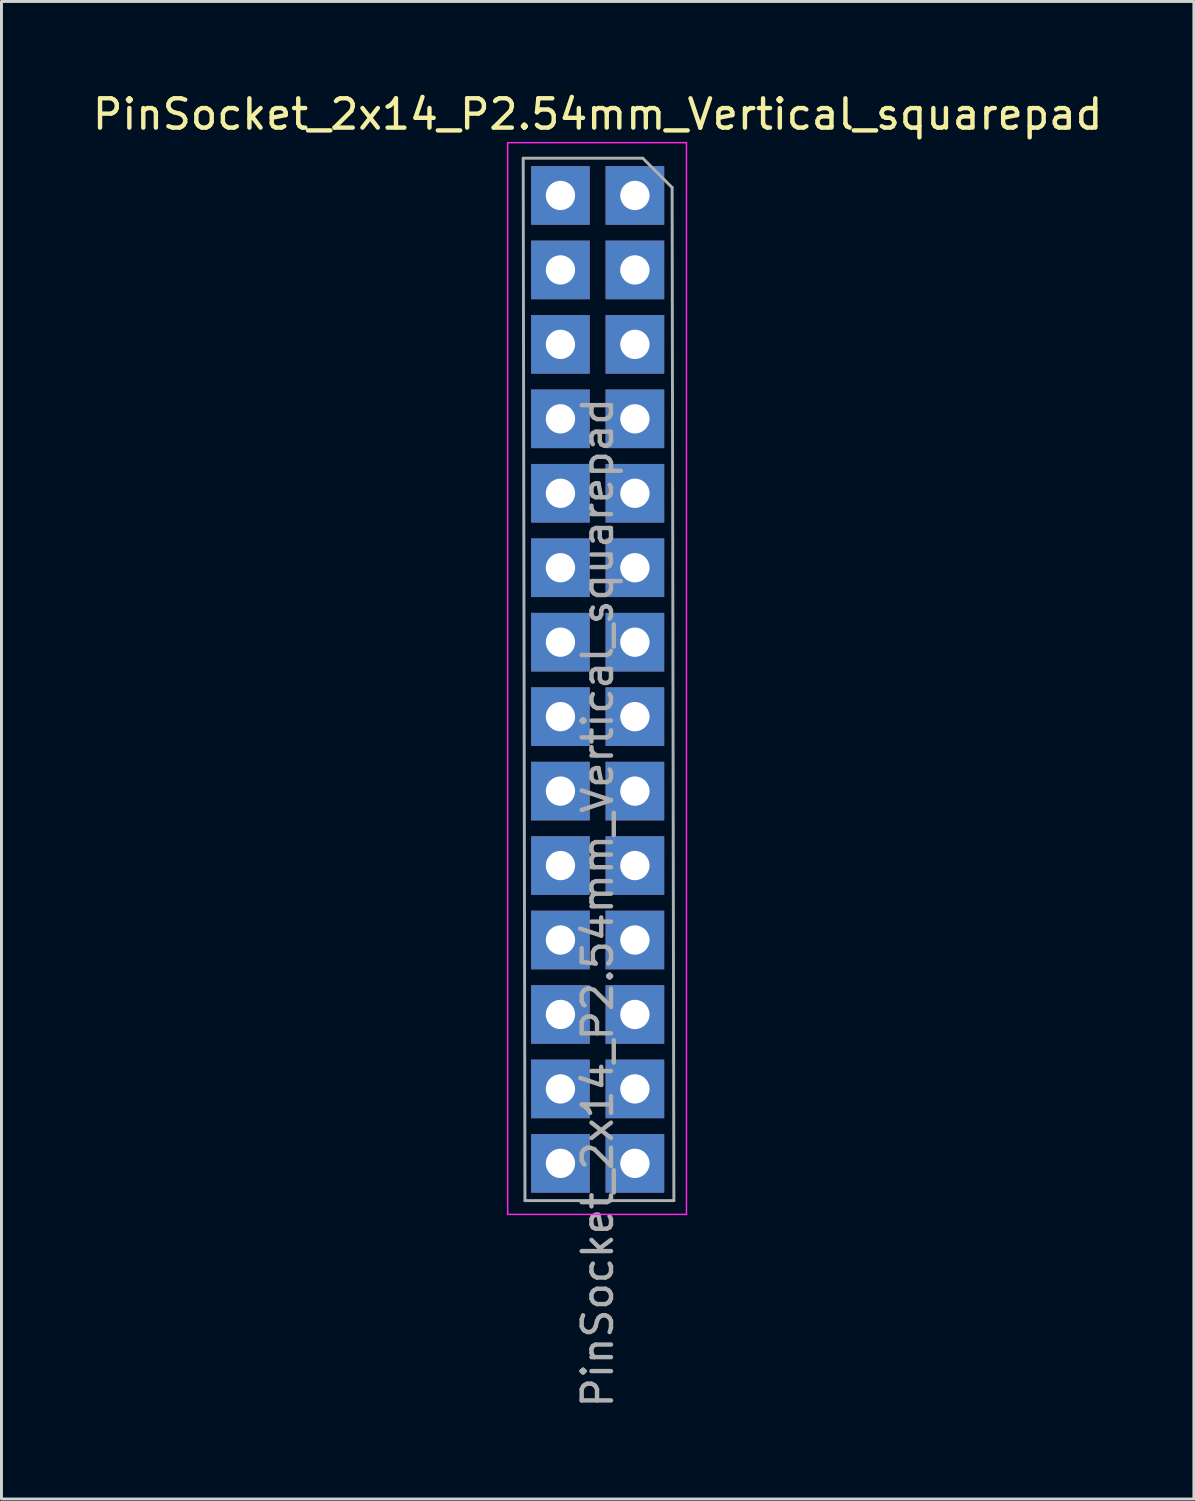
<source format=kicad_pcb>
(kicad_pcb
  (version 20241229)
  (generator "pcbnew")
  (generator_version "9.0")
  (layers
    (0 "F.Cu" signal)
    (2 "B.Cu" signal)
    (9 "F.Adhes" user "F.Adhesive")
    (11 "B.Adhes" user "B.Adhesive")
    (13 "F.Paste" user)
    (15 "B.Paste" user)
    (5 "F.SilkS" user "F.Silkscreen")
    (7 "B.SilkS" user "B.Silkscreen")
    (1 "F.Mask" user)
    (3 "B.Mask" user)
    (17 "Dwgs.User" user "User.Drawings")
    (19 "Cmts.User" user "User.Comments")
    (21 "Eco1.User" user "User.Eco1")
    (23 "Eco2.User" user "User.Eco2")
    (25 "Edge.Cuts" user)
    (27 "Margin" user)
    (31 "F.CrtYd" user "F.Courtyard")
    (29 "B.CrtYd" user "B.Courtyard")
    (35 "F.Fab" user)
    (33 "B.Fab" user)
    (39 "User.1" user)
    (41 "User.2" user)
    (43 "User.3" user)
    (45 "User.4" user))
  (footprint "PinSocket_2x14_P2.54mm_Vertical_squarepad"
    (layer "F.Cu")
    (at 18.609 3.618)
    (property "Reference" "PinSocket_2x14_P2.54mm_Vertical_squarepad" (at -1.27 -2.77 0) (layer "F.SilkS") (effects (font (size 1 1) (thickness 0.15))))
    (attr through_hole)
    (fp_line (start -4.34 -1.8) (end 1.76 -1.8) (stroke (width 0.05) (type solid)) (layer "F.CrtYd"))
    (fp_line (start -4.34 34.76) (end -4.34 -1.8) (stroke (width 0.05) (type solid)) (layer "F.CrtYd"))
    (fp_line (start 1.76 -1.8) (end 1.76 34.76) (stroke (width 0.05) (type solid)) (layer "F.CrtYd"))
    (fp_line (start 1.76 34.76) (end -4.34 34.76) (stroke (width 0.05) (type solid)) (layer "F.CrtYd"))
    (fp_line (start -3.81 -1.27) (end 0.27 -1.27) (stroke (width 0.1) (type solid)) (layer "F.Fab"))
    (fp_line (start -3.75 34.29) (end -3.81 -1.27) (stroke (width 0.1) (type solid)) (layer "F.Fab"))
    (fp_line (start 0.27 -1.27) (end 1.27 -0.27) (stroke (width 0.1) (type solid)) (layer "F.Fab"))
    (fp_line (start 1.27 -0.27) (end 1.33 34.29) (stroke (width 0.1) (type solid)) (layer "F.Fab"))
    (fp_line (start 1.33 34.29) (end -3.75 34.29) (stroke (width 0.1) (type solid)) (layer "F.Fab"))
    (fp_line (start -3.87 -1.33) (end -3.87 34.29) (stroke (width 0.12) (type solid)) (layer "User.9"))
    (fp_line (start -3.87 -1.33) (end -1.27 -1.33) (stroke (width 0.12) (type solid)) (layer "User.9"))
    (fp_line (start -3.87 34.29) (end 1.33 34.29) (stroke (width 0.12) (type solid)) (layer "User.9"))
    (fp_line (start -3.87 34.29) (end 1.33 34.29) (stroke (width 0.12) (type solid)) (layer "User.9"))
    (fp_line (start -1.27 -1.33) (end -1.27 1.27) (stroke (width 0.12) (type solid)) (layer "User.9"))
    (fp_line (start -1.27 1.27) (end 1.33 1.27) (stroke (width 0.12) (type solid)) (layer "User.9"))
    (fp_line (start 0 -1.33) (end 1.33 -1.33) (stroke (width 0.12) (type solid)) (layer "User.9"))
    (fp_line (start 1.33 -1.33) (end 1.33 0) (stroke (width 0.12) (type solid)) (layer "User.9"))
    (fp_line (start 1.33 1.27) (end 1.33 34.29) (stroke (width 0.12) (type solid)) (layer "User.9"))
    (fp_text user "${REFERENCE}" (at -1.27 24.13 90) (layer "F.Fab") (effects (font (size 1 1) (thickness 0.15))))
    (pad "1" thru_hole rect (at 0 0) (size 2 2) (drill 1) (layers "*.Cu" "*.Mask"))
    (pad "2" thru_hole rect (at -2.54 0) (size 2 2) (drill 1) (layers "*.Cu" "*.Mask"))
    (pad "3" thru_hole rect (at 0 2.54) (size 2 2) (drill 1) (layers "*.Cu" "*.Mask"))
    (pad "4" thru_hole rect (at -2.54 2.54) (size 2 2) (drill 1) (layers "*.Cu" "*.Mask"))
    (pad "5" thru_hole rect (at 0 5.08) (size 2 2) (drill 1) (layers "*.Cu" "*.Mask"))
    (pad "6" thru_hole rect (at -2.54 5.08) (size 2 2) (drill 1) (layers "*.Cu" "*.Mask"))
    (pad "7" thru_hole rect (at 0 7.62) (size 2 2) (drill 1) (layers "*.Cu" "*.Mask"))
    (pad "8" thru_hole rect (at -2.54 7.62) (size 2 2) (drill 1) (layers "*.Cu" "*.Mask"))
    (pad "9" thru_hole rect (at 0 10.16) (size 2 2) (drill 1) (layers "*.Cu" "*.Mask"))
    (pad "10" thru_hole rect (at -2.54 10.16) (size 2 2) (drill 1) (layers "*.Cu" "*.Mask"))
    (pad "11" thru_hole rect (at 0 12.7) (size 2 2) (drill 1) (layers "*.Cu" "*.Mask"))
    (pad "12" thru_hole rect (at -2.54 12.7) (size 2 2) (drill 1) (layers "*.Cu" "*.Mask"))
    (pad "13" thru_hole rect (at 0 15.24) (size 2 2) (drill 1) (layers "*.Cu" "*.Mask"))
    (pad "14" thru_hole rect (at -2.54 15.24) (size 2 2) (drill 1) (layers "*.Cu" "*.Mask"))
    (pad "15" thru_hole rect (at 0 17.78) (size 2 2) (drill 1) (layers "*.Cu" "*.Mask"))
    (pad "16" thru_hole rect (at -2.54 17.78) (size 2 2) (drill 1) (layers "*.Cu" "*.Mask"))
    (pad "17" thru_hole rect (at 0 20.32) (size 2 2) (drill 1) (layers "*.Cu" "*.Mask"))
    (pad "18" thru_hole rect (at -2.54 20.32) (size 2 2) (drill 1) (layers "*.Cu" "*.Mask"))
    (pad "19" thru_hole rect (at 0 22.86) (size 2 2) (drill 1) (layers "*.Cu" "*.Mask"))
    (pad "20" thru_hole rect (at -2.54 22.86) (size 2 2) (drill 1) (layers "*.Cu" "*.Mask"))
    (pad "21" thru_hole rect (at 0 25.4) (size 2 2) (drill 1) (layers "*.Cu" "*.Mask"))
    (pad "22" thru_hole rect (at -2.54 25.4) (size 2 2) (drill 1) (layers "*.Cu" "*.Mask"))
    (pad "23" thru_hole rect (at 0 27.94) (size 2 2) (drill 1) (layers "*.Cu" "*.Mask"))
    (pad "24" thru_hole rect (at -2.54 27.94) (size 2 2) (drill 1) (layers "*.Cu" "*.Mask"))
    (pad "25" thru_hole rect (at 0 30.48) (size 2 2) (drill 1) (layers "*.Cu" "*.Mask"))
    (pad "26" thru_hole rect (at -2.54 30.48) (size 2 2) (drill 1) (layers "*.Cu" "*.Mask"))
    (pad "27" thru_hole rect (at 0 33.02) (size 2 2) (drill 1) (layers "*.Cu" "*.Mask"))
    (pad "28" thru_hole rect (at -2.54 33.02) (size 2 2) (drill 1) (layers "*.Cu" "*.Mask")))
  (gr_rect
    (start -3 -3)
    (end 37.679 48.088)
    (stroke (width 0.1) (type default))
    (fill no)
    (layer "Edge.Cuts")))
</source>
